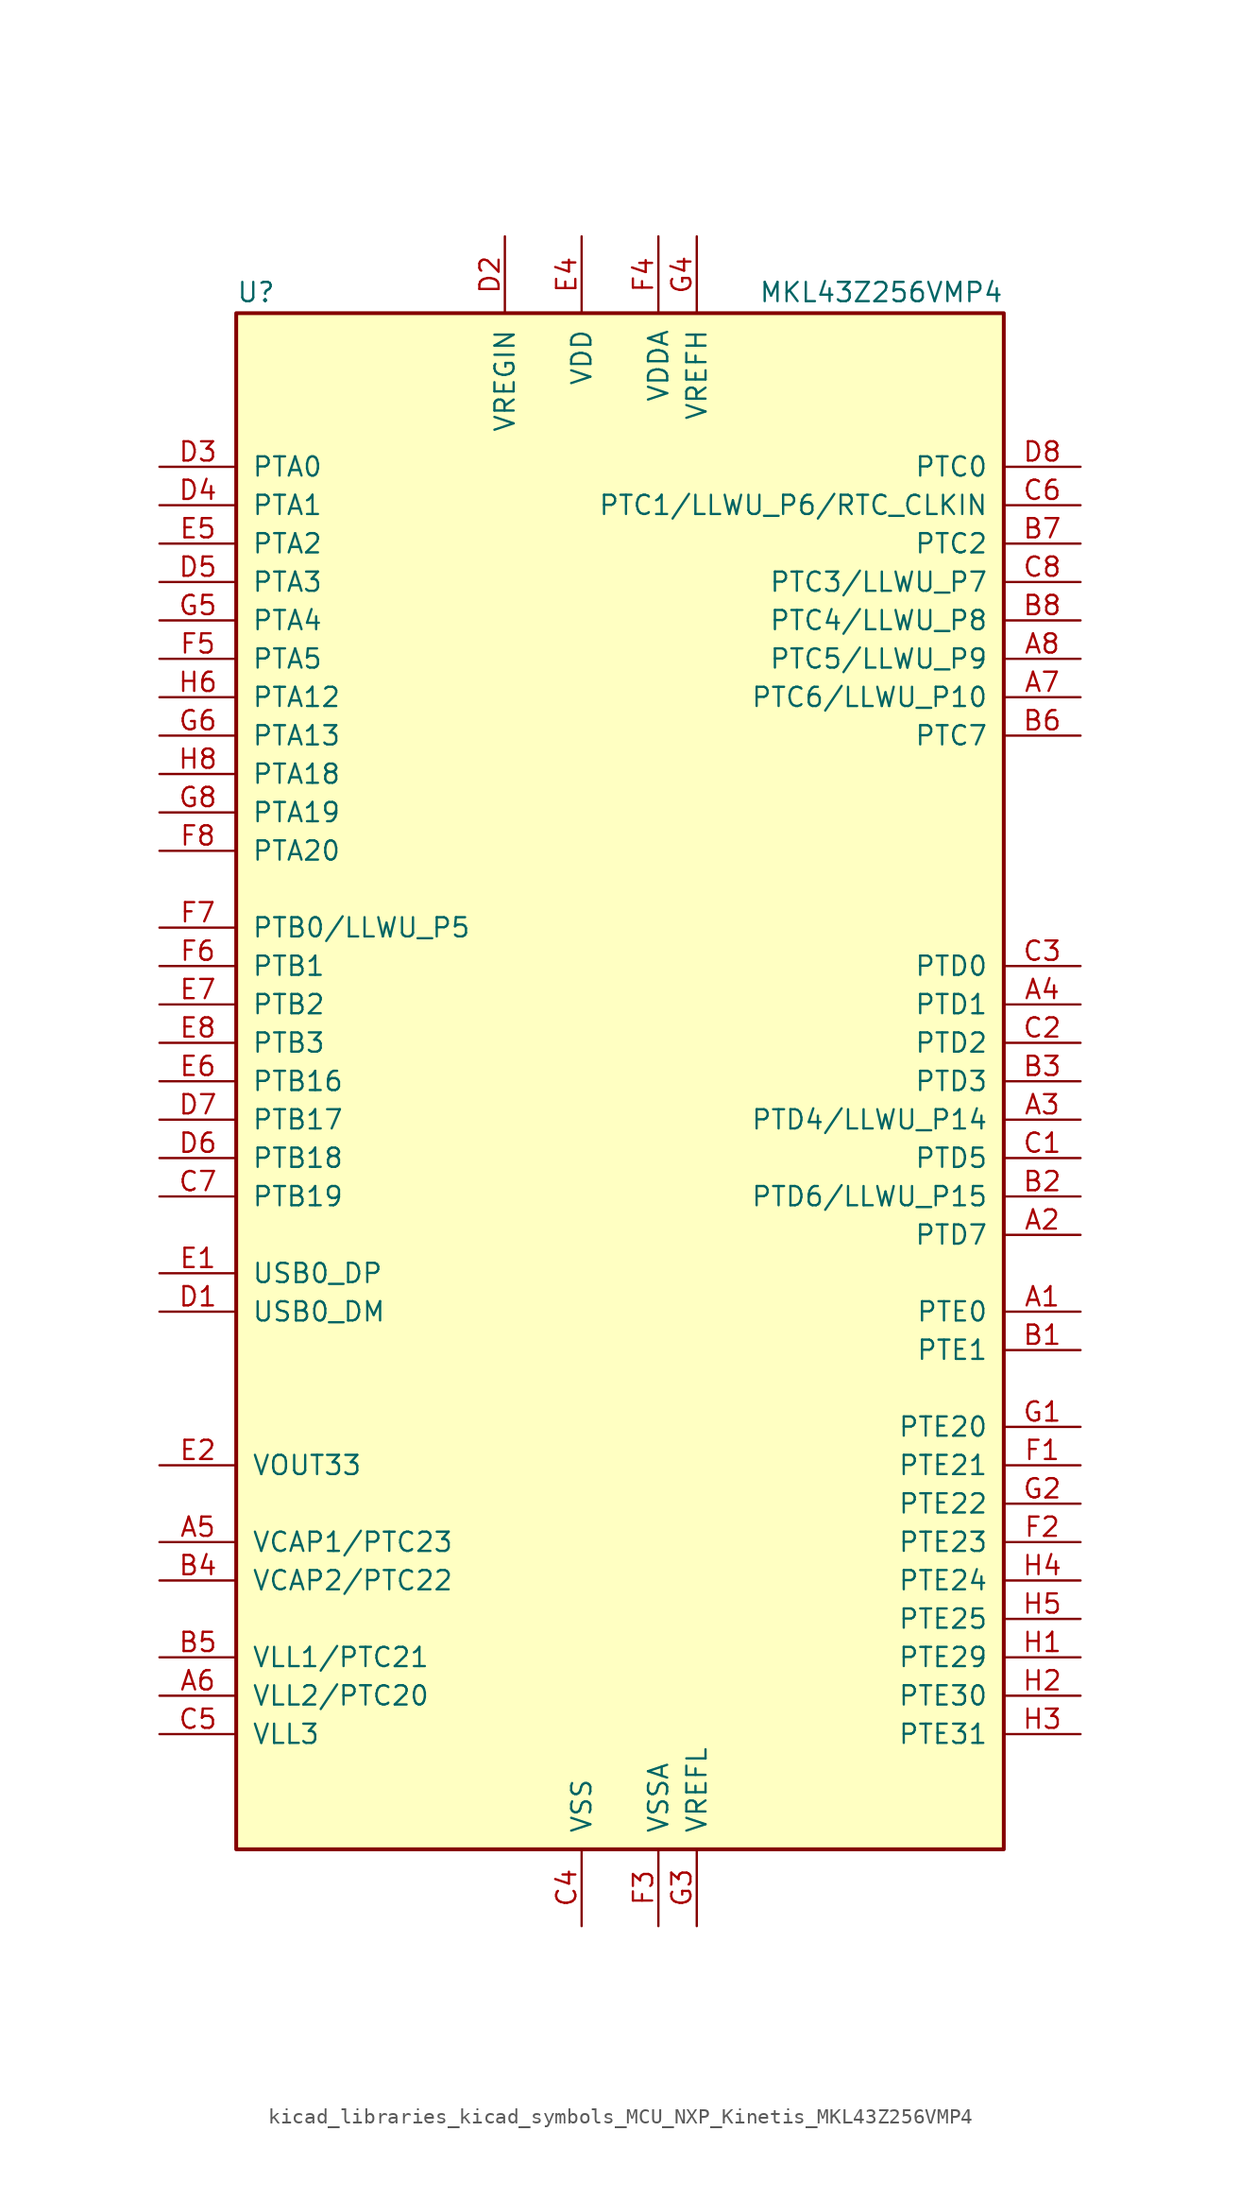
<source format=kicad_sym>
(kicad_symbol_lib
  (version 20220914)
  (generator kicad_symbol_editor)
  (symbol "kicad_libraries_kicad_symbols_MCU_NXP_Kinetis_MKL43Z256VMP4"
    (pin_names
      (offset 1.016))
    (property "Reference" "U"
      (at -25.4 51.435 0)
      (effects (font (size 1.27 1.27)) (justify left bottom)))
    (property "Value" "MKL43Z256VMP4"
      (at 25.4 51.435 0)
      (effects (font (size 1.27 1.27)) (justify right bottom)))
    (symbol "kicad_libraries_kicad_symbols_MCU_NXP_Kinetis_MKL43Z256VMP4_0_1"
      (rectangle (start -25.4 50.8) (end 25.4 -50.8) (stroke (width 0.254) (type default)) (fill (type background))))
    (symbol "kicad_libraries_kicad_symbols_MCU_NXP_Kinetis_MKL43Z256VMP4_1_1"
      (pin bidirectional line (at 30.48 -15.24 180) (length 5.08) (name "PTE0" (effects (font (size 1.27 1.27)))) (number "A1" (effects (font (size 1.27 1.27)))))
      (pin bidirectional line (at 30.48 -10.16 180) (length 5.08) (name "PTD7" (effects (font (size 1.27 1.27)))) (number "A2" (effects (font (size 1.27 1.27)))))
      (pin bidirectional line (at 30.48 -2.54 180) (length 5.08) (name "PTD4/LLWU_P14" (effects (font (size 1.27 1.27)))) (number "A3" (effects (font (size 1.27 1.27)))))
      (pin bidirectional line (at 30.48 5.08 180) (length 5.08) (name "PTD1" (effects (font (size 1.27 1.27)))) (number "A4" (effects (font (size 1.27 1.27)))))
      (pin passive line (at -30.48 -30.48 0) (length 5.08) (name "VCAP1/PTC23" (effects (font (size 1.27 1.27)))) (number "A5" (effects (font (size 1.27 1.27)))))
      (pin power_out line (at -30.48 -40.64 0) (length 5.08) (name "VLL2/PTC20" (effects (font (size 1.27 1.27)))) (number "A6" (effects (font (size 1.27 1.27)))))
      (pin bidirectional line (at 30.48 25.4 180) (length 5.08) (name "PTC6/LLWU_P10" (effects (font (size 1.27 1.27)))) (number "A7" (effects (font (size 1.27 1.27)))))
      (pin bidirectional line (at 30.48 27.94 180) (length 5.08) (name "PTC5/LLWU_P9" (effects (font (size 1.27 1.27)))) (number "A8" (effects (font (size 1.27 1.27)))))
      (pin bidirectional line (at 30.48 -17.78 180) (length 5.08) (name "PTE1" (effects (font (size 1.27 1.27)))) (number "B1" (effects (font (size 1.27 1.27)))))
      (pin bidirectional line (at 30.48 -7.62 180) (length 5.08) (name "PTD6/LLWU_P15" (effects (font (size 1.27 1.27)))) (number "B2" (effects (font (size 1.27 1.27)))))
      (pin bidirectional line (at 30.48 0 180) (length 5.08) (name "PTD3" (effects (font (size 1.27 1.27)))) (number "B3" (effects (font (size 1.27 1.27)))))
      (pin passive line (at -30.48 -33.02 0) (length 5.08) (name "VCAP2/PTC22" (effects (font (size 1.27 1.27)))) (number "B4" (effects (font (size 1.27 1.27)))))
      (pin power_out line (at -30.48 -38.1 0) (length 5.08) (name "VLL1/PTC21" (effects (font (size 1.27 1.27)))) (number "B5" (effects (font (size 1.27 1.27)))))
      (pin bidirectional line (at 30.48 22.86 180) (length 5.08) (name "PTC7" (effects (font (size 1.27 1.27)))) (number "B6" (effects (font (size 1.27 1.27)))))
      (pin bidirectional line (at 30.48 35.56 180) (length 5.08) (name "PTC2" (effects (font (size 1.27 1.27)))) (number "B7" (effects (font (size 1.27 1.27)))))
      (pin bidirectional line (at 30.48 30.48 180) (length 5.08) (name "PTC4/LLWU_P8" (effects (font (size 1.27 1.27)))) (number "B8" (effects (font (size 1.27 1.27)))))
      (pin bidirectional line (at 30.48 -5.08 180) (length 5.08) (name "PTD5" (effects (font (size 1.27 1.27)))) (number "C1" (effects (font (size 1.27 1.27)))))
      (pin bidirectional line (at 30.48 2.54 180) (length 5.08) (name "PTD2" (effects (font (size 1.27 1.27)))) (number "C2" (effects (font (size 1.27 1.27)))))
      (pin bidirectional line (at 30.48 7.62 180) (length 5.08) (name "PTD0" (effects (font (size 1.27 1.27)))) (number "C3" (effects (font (size 1.27 1.27)))))
      (pin power_in line (at -2.54 -55.88 90) (length 5.08) (name "VSS" (effects (font (size 1.27 1.27)))) (number "C4" (effects (font (size 1.27 1.27)))))
      (pin power_out line (at -30.48 -43.18 0) (length 5.08) (name "VLL3" (effects (font (size 1.27 1.27)))) (number "C5" (effects (font (size 1.27 1.27)))))
      (pin bidirectional line (at 30.48 38.1 180) (length 5.08) (name "PTC1/LLWU_P6/RTC_CLKIN" (effects (font (size 1.27 1.27)))) (number "C6" (effects (font (size 1.27 1.27)))))
      (pin bidirectional line (at -30.48 -7.62 0) (length 5.08) (name "PTB19" (effects (font (size 1.27 1.27)))) (number "C7" (effects (font (size 1.27 1.27)))))
      (pin bidirectional line (at 30.48 33.02 180) (length 5.08) (name "PTC3/LLWU_P7" (effects (font (size 1.27 1.27)))) (number "C8" (effects (font (size 1.27 1.27)))))
      (pin bidirectional line (at -30.48 -15.24 0) (length 5.08) (name "USB0_DM" (effects (font (size 1.27 1.27)))) (number "D1" (effects (font (size 1.27 1.27)))))
      (pin power_in line (at -7.62 55.88 270) (length 5.08) (name "VREGIN" (effects (font (size 1.27 1.27)))) (number "D2" (effects (font (size 1.27 1.27)))))
      (pin bidirectional line (at -30.48 40.64 0) (length 5.08) (name "PTA0" (effects (font (size 1.27 1.27)))) (number "D3" (effects (font (size 1.27 1.27)))))
      (pin bidirectional line (at -30.48 38.1 0) (length 5.08) (name "PTA1" (effects (font (size 1.27 1.27)))) (number "D4" (effects (font (size 1.27 1.27)))))
      (pin bidirectional line (at -30.48 33.02 0) (length 5.08) (name "PTA3" (effects (font (size 1.27 1.27)))) (number "D5" (effects (font (size 1.27 1.27)))))
      (pin bidirectional line (at -30.48 -5.08 0) (length 5.08) (name "PTB18" (effects (font (size 1.27 1.27)))) (number "D6" (effects (font (size 1.27 1.27)))))
      (pin bidirectional line (at -30.48 -2.54 0) (length 5.08) (name "PTB17" (effects (font (size 1.27 1.27)))) (number "D7" (effects (font (size 1.27 1.27)))))
      (pin bidirectional line (at 30.48 40.64 180) (length 5.08) (name "PTC0" (effects (font (size 1.27 1.27)))) (number "D8" (effects (font (size 1.27 1.27)))))
      (pin bidirectional line (at -30.48 -12.7 0) (length 5.08) (name "USB0_DP" (effects (font (size 1.27 1.27)))) (number "E1" (effects (font (size 1.27 1.27)))))
      (pin power_out line (at -30.48 -25.4 0) (length 5.08) (name "VOUT33" (effects (font (size 1.27 1.27)))) (number "E2" (effects (font (size 1.27 1.27)))))
      (pin passive line (at -2.54 -55.88 90) (length 5.08) hide (name "VSS" (effects (font (size 1.27 1.27)))) (number "E3" (effects (font (size 1.27 1.27)))))
      (pin power_in line (at -2.54 55.88 270) (length 5.08) (name "VDD" (effects (font (size 1.27 1.27)))) (number "E4" (effects (font (size 1.27 1.27)))))
      (pin bidirectional line (at -30.48 35.56 0) (length 5.08) (name "PTA2" (effects (font (size 1.27 1.27)))) (number "E5" (effects (font (size 1.27 1.27)))))
      (pin bidirectional line (at -30.48 0 0) (length 5.08) (name "PTB16" (effects (font (size 1.27 1.27)))) (number "E6" (effects (font (size 1.27 1.27)))))
      (pin bidirectional line (at -30.48 5.08 0) (length 5.08) (name "PTB2" (effects (font (size 1.27 1.27)))) (number "E7" (effects (font (size 1.27 1.27)))))
      (pin bidirectional line (at -30.48 2.54 0) (length 5.08) (name "PTB3" (effects (font (size 1.27 1.27)))) (number "E8" (effects (font (size 1.27 1.27)))))
      (pin bidirectional line (at 30.48 -25.4 180) (length 5.08) (name "PTE21" (effects (font (size 1.27 1.27)))) (number "F1" (effects (font (size 1.27 1.27)))))
      (pin bidirectional line (at 30.48 -30.48 180) (length 5.08) (name "PTE23" (effects (font (size 1.27 1.27)))) (number "F2" (effects (font (size 1.27 1.27)))))
      (pin power_in line (at 2.54 -55.88 90) (length 5.08) (name "VSSA" (effects (font (size 1.27 1.27)))) (number "F3" (effects (font (size 1.27 1.27)))))
      (pin power_in line (at 2.54 55.88 270) (length 5.08) (name "VDDA" (effects (font (size 1.27 1.27)))) (number "F4" (effects (font (size 1.27 1.27)))))
      (pin bidirectional line (at -30.48 27.94 0) (length 5.08) (name "PTA5" (effects (font (size 1.27 1.27)))) (number "F5" (effects (font (size 1.27 1.27)))))
      (pin bidirectional line (at -30.48 7.62 0) (length 5.08) (name "PTB1" (effects (font (size 1.27 1.27)))) (number "F6" (effects (font (size 1.27 1.27)))))
      (pin bidirectional line (at -30.48 10.16 0) (length 5.08) (name "PTB0/LLWU_P5" (effects (font (size 1.27 1.27)))) (number "F7" (effects (font (size 1.27 1.27)))))
      (pin bidirectional line (at -30.48 15.24 0) (length 5.08) (name "PTA20" (effects (font (size 1.27 1.27)))) (number "F8" (effects (font (size 1.27 1.27)))))
      (pin bidirectional line (at 30.48 -22.86 180) (length 5.08) (name "PTE20" (effects (font (size 1.27 1.27)))) (number "G1" (effects (font (size 1.27 1.27)))))
      (pin bidirectional line (at 30.48 -27.94 180) (length 5.08) (name "PTE22" (effects (font (size 1.27 1.27)))) (number "G2" (effects (font (size 1.27 1.27)))))
      (pin power_in line (at 5.08 -55.88 90) (length 5.08) (name "VREFL" (effects (font (size 1.27 1.27)))) (number "G3" (effects (font (size 1.27 1.27)))))
      (pin power_in line (at 5.08 55.88 270) (length 5.08) (name "VREFH" (effects (font (size 1.27 1.27)))) (number "G4" (effects (font (size 1.27 1.27)))))
      (pin bidirectional line (at -30.48 30.48 0) (length 5.08) (name "PTA4" (effects (font (size 1.27 1.27)))) (number "G5" (effects (font (size 1.27 1.27)))))
      (pin bidirectional line (at -30.48 22.86 0) (length 5.08) (name "PTA13" (effects (font (size 1.27 1.27)))) (number "G6" (effects (font (size 1.27 1.27)))))
      (pin passive line (at -2.54 55.88 270) (length 5.08) hide (name "VDD" (effects (font (size 1.27 1.27)))) (number "G7" (effects (font (size 1.27 1.27)))))
      (pin bidirectional line (at -30.48 17.78 0) (length 5.08) (name "PTA19" (effects (font (size 1.27 1.27)))) (number "G8" (effects (font (size 1.27 1.27)))))
      (pin bidirectional line (at 30.48 -38.1 180) (length 5.08) (name "PTE29" (effects (font (size 1.27 1.27)))) (number "H1" (effects (font (size 1.27 1.27)))))
      (pin bidirectional line (at 30.48 -40.64 180) (length 5.08) (name "PTE30" (effects (font (size 1.27 1.27)))) (number "H2" (effects (font (size 1.27 1.27)))))
      (pin bidirectional line (at 30.48 -43.18 180) (length 5.08) (name "PTE31" (effects (font (size 1.27 1.27)))) (number "H3" (effects (font (size 1.27 1.27)))))
      (pin bidirectional line (at 30.48 -33.02 180) (length 5.08) (name "PTE24" (effects (font (size 1.27 1.27)))) (number "H4" (effects (font (size 1.27 1.27)))))
      (pin bidirectional line (at 30.48 -35.56 180) (length 5.08) (name "PTE25" (effects (font (size 1.27 1.27)))) (number "H5" (effects (font (size 1.27 1.27)))))
      (pin bidirectional line (at -30.48 25.4 0) (length 5.08) (name "PTA12" (effects (font (size 1.27 1.27)))) (number "H6" (effects (font (size 1.27 1.27)))))
      (pin passive line (at -2.54 -55.88 90) (length 5.08) hide (name "VSS" (effects (font (size 1.27 1.27)))) (number "H7" (effects (font (size 1.27 1.27)))))
      (pin bidirectional line (at -30.48 20.32 0) (length 5.08) (name "PTA18" (effects (font (size 1.27 1.27)))) (number "H8" (effects (font (size 1.27 1.27))))))))
</source>
